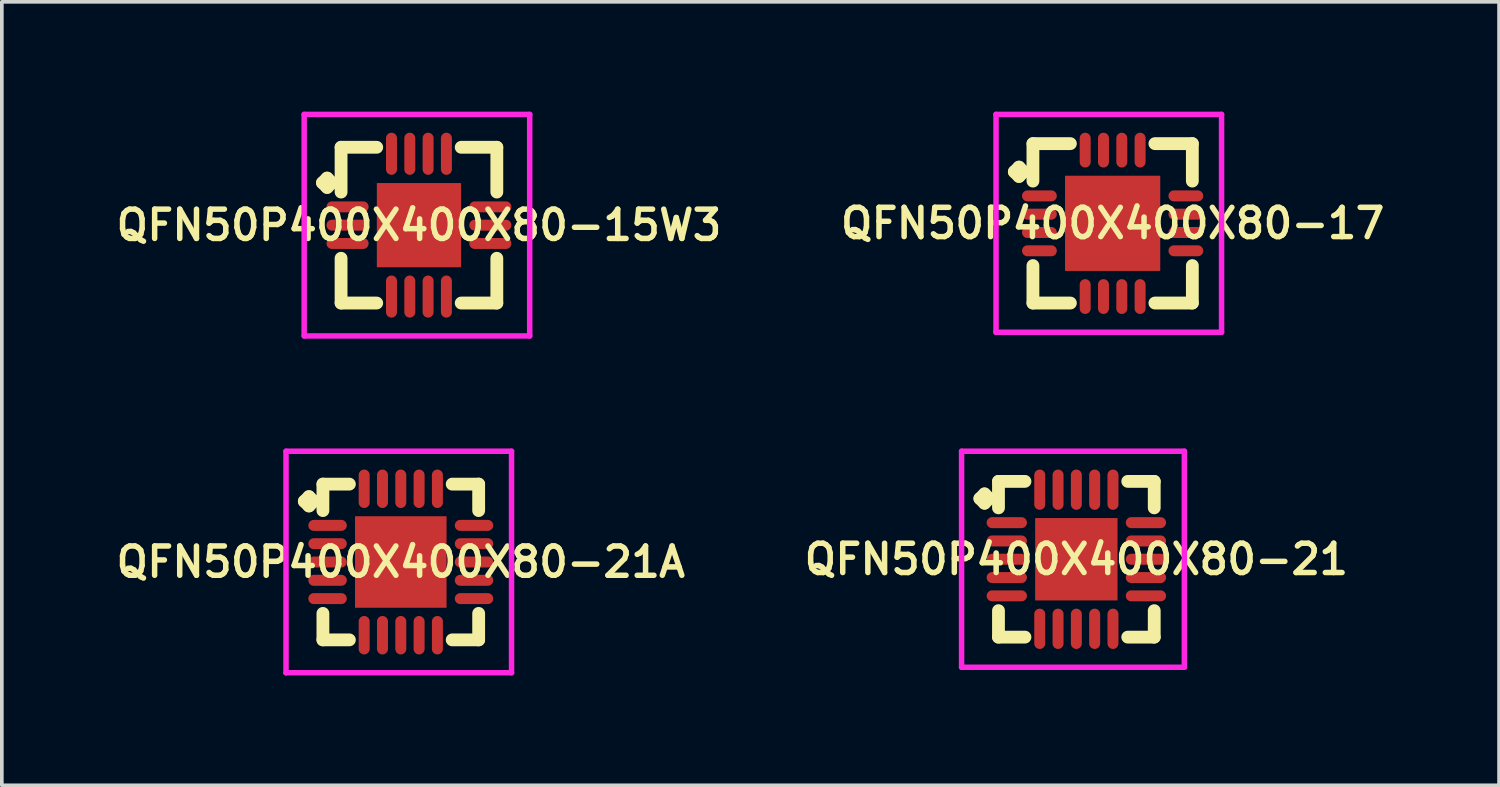
<source format=kicad_pcb>
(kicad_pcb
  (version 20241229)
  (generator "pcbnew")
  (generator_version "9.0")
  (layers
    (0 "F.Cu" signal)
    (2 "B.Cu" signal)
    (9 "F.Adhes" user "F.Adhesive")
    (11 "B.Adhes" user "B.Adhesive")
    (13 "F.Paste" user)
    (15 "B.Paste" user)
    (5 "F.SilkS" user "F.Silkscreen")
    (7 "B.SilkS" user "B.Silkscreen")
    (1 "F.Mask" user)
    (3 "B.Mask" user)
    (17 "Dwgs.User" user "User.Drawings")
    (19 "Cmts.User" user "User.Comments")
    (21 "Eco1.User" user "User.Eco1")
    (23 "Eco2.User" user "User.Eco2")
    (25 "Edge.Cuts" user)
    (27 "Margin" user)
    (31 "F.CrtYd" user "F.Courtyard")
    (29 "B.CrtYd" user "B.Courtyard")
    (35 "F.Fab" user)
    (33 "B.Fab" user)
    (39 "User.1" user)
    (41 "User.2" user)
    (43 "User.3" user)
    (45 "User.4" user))
  (footprint "QFN50P400X400X80-21"
    (layer "F.Cu")
    (at 26.349 12.225)
    (property "Reference" "QFN50P400X400X80-21" (at 0 0 0) (layer "F.SilkS") (effects (font (size 0.8 0.8) (thickness 0.15))))
    (attr through_hole)
    (fp_line (start -2.635 -1.658) (end -2.508 -1.785) (stroke (width 0.35) (type solid)) (layer "F.SilkS"))
    (fp_line (start -2.508 -1.785) (end -2.381 -1.658) (stroke (width 0.35) (type solid)) (layer "F.SilkS"))
    (fp_line (start -2.508 -1.531) (end -2.635 -1.658) (stroke (width 0.35) (type solid)) (layer "F.SilkS"))
    (fp_line (start -2.381 -1.658) (end -2.508 -1.531) (stroke (width 0.35) (type solid)) (layer "F.SilkS"))
    (fp_line (start -2.127 -2.127) (end -1.404 -2.127) (stroke (width 0.35) (type solid)) (layer "F.SilkS"))
    (fp_line (start -2.127 -1.404) (end -2.127 -2.127) (stroke (width 0.35) (type solid)) (layer "F.SilkS"))
    (fp_line (start -2.127 1.404) (end -2.127 2.127) (stroke (width 0.35) (type solid)) (layer "F.SilkS"))
    (fp_line (start -2.127 2.127) (end -1.404 2.127) (stroke (width 0.35) (type solid)) (layer "F.SilkS"))
    (fp_line (start 1.404 -2.127) (end 2.127 -2.127) (stroke (width 0.35) (type solid)) (layer "F.SilkS"))
    (fp_line (start 1.404 2.127) (end 2.127 2.127) (stroke (width 0.35) (type solid)) (layer "F.SilkS"))
    (fp_line (start 2.127 -2.127) (end 2.127 -1.404) (stroke (width 0.35) (type solid)) (layer "F.SilkS"))
    (fp_line (start 2.127 2.127) (end 2.127 1.404) (stroke (width 0.35) (type solid)) (layer "F.SilkS"))
    (fp_line (start -3.135 -2.95) (end 2.95 -2.95) (stroke (width 0.15) (type solid)) (layer "F.CrtYd"))
    (fp_line (start -3.135 2.95) (end -3.135 -2.95) (stroke (width 0.15) (type solid)) (layer "F.CrtYd"))
    (fp_line (start 2.95 -2.95) (end 2.95 2.95) (stroke (width 0.15) (type solid)) (layer "F.CrtYd"))
    (fp_line (start 2.95 2.95) (end -3.135 2.95) (stroke (width 0.15) (type solid)) (layer "F.CrtYd"))
    (pad "1" smd oval (at -1.9 -1) (size 1.1 0.3) (layers "F.Cu" "F.Mask" "F.Paste"))
    (pad "2" smd oval (at -1.9 -0.5) (size 1.1 0.3) (layers "F.Cu" "F.Mask" "F.Paste"))
    (pad "3" smd oval (at -1.9 0) (size 1.1 0.3) (layers "F.Cu" "F.Mask" "F.Paste"))
    (pad "4" smd oval (at -1.9 0.5) (size 1.1 0.3) (layers "F.Cu" "F.Mask" "F.Paste"))
    (pad "5" smd oval (at -1.9 1) (size 1.1 0.3) (layers "F.Cu" "F.Mask" "F.Paste"))
    (pad "6" smd oval (at -1 1.9) (size 0.3 1.1) (layers "F.Cu" "F.Mask" "F.Paste"))
    (pad "7" smd oval (at -0.5 1.9) (size 0.3 1.1) (layers "F.Cu" "F.Mask" "F.Paste"))
    (pad "8" smd oval (at 0 1.9) (size 0.3 1.1) (layers "F.Cu" "F.Mask" "F.Paste"))
    (pad "9" smd oval (at 0.5 1.9) (size 0.3 1.1) (layers "F.Cu" "F.Mask" "F.Paste"))
    (pad "10" smd oval (at 1 1.9) (size 0.3 1.1) (layers "F.Cu" "F.Mask" "F.Paste"))
    (pad "11" smd oval (at 1.9 1) (size 1.1 0.3) (layers "F.Cu" "F.Mask" "F.Paste"))
    (pad "12" smd oval (at 1.9 0.5) (size 1.1 0.3) (layers "F.Cu" "F.Mask" "F.Paste"))
    (pad "13" smd oval (at 1.9 0) (size 1.1 0.3) (layers "F.Cu" "F.Mask" "F.Paste"))
    (pad "14" smd oval (at 1.9 -0.5) (size 1.1 0.3) (layers "F.Cu" "F.Mask" "F.Paste"))
    (pad "15" smd oval (at 1.9 -1) (size 1.1 0.3) (layers "F.Cu" "F.Mask" "F.Paste"))
    (pad "16" smd oval (at 1 -1.9) (size 0.3 1.1) (layers "F.Cu" "F.Mask" "F.Paste"))
    (pad "17" smd oval (at 0.5 -1.9) (size 0.3 1.1) (layers "F.Cu" "F.Mask" "F.Paste"))
    (pad "18" smd oval (at 0 -1.9) (size 0.3 1.1) (layers "F.Cu" "F.Mask" "F.Paste"))
    (pad "19" smd oval (at -0.5 -1.9) (size 0.3 1.1) (layers "F.Cu" "F.Mask" "F.Paste"))
    (pad "20" smd oval (at -1 -1.9) (size 0.3 1.1) (layers "F.Cu" "F.Mask" "F.Paste"))
    (pad "21" smd rect (at 0 0) (size 2.25 2.25) (layers "F.Cu" "F.Mask" "F.Paste")))
  (footprint "QFN50P400X400X80-15W3"
    (layer "F.Cu")
    (at 8.393 3.1)
    (property "Reference" "QFN50P400X400X80-15W3" (at 0 0 0) (layer "F.SilkS") (effects (font (size 0.8 0.8) (thickness 0.15))))
    (attr through_hole)
    (fp_line (start -2.635 -1.158) (end -2.508 -1.285) (stroke (width 0.35) (type solid)) (layer "F.SilkS"))
    (fp_line (start -2.508 -1.285) (end -2.381 -1.158) (stroke (width 0.35) (type solid)) (layer "F.SilkS"))
    (fp_line (start -2.508 -1.031) (end -2.635 -1.158) (stroke (width 0.35) (type solid)) (layer "F.SilkS"))
    (fp_line (start -2.381 -1.158) (end -2.508 -1.031) (stroke (width 0.35) (type solid)) (layer "F.SilkS"))
    (fp_line (start -2.127 -2.127) (end -1.154 -2.127) (stroke (width 0.35) (type solid)) (layer "F.SilkS"))
    (fp_line (start -2.127 -0.904) (end -2.127 -2.127) (stroke (width 0.35) (type solid)) (layer "F.SilkS"))
    (fp_line (start -2.127 0.904) (end -2.127 2.127) (stroke (width 0.35) (type solid)) (layer "F.SilkS"))
    (fp_line (start -2.127 2.127) (end -1.154 2.127) (stroke (width 0.35) (type solid)) (layer "F.SilkS"))
    (fp_line (start 1.154 -2.127) (end 2.127 -2.127) (stroke (width 0.35) (type solid)) (layer "F.SilkS"))
    (fp_line (start 1.154 2.127) (end 2.127 2.127) (stroke (width 0.35) (type solid)) (layer "F.SilkS"))
    (fp_line (start 2.127 -2.127) (end 2.127 -0.904) (stroke (width 0.35) (type solid)) (layer "F.SilkS"))
    (fp_line (start 2.127 2.127) (end 2.127 0.904) (stroke (width 0.35) (type solid)) (layer "F.SilkS"))
    (fp_line (start -3.135 -3.025) (end 3.025 -3.025) (stroke (width 0.15) (type solid)) (layer "F.CrtYd"))
    (fp_line (start -3.135 3.025) (end -3.135 -3.025) (stroke (width 0.15) (type solid)) (layer "F.CrtYd"))
    (fp_line (start 3.025 -3.025) (end 3.025 3.025) (stroke (width 0.15) (type solid)) (layer "F.CrtYd"))
    (fp_line (start 3.025 3.025) (end -3.135 3.025) (stroke (width 0.15) (type solid)) (layer "F.CrtYd"))
    (pad "1" smd oval (at -1.95 -0.5) (size 1.15 0.3) (layers "F.Cu" "F.Mask" "F.Paste"))
    (pad "2" smd oval (at -1.95 0) (size 1.15 0.3) (layers "F.Cu" "F.Mask" "F.Paste"))
    (pad "3" smd oval (at -1.95 0.5) (size 1.15 0.3) (layers "F.Cu" "F.Mask" "F.Paste"))
    (pad "4" smd oval (at -0.75 1.95) (size 0.3 1.15) (layers "F.Cu" "F.Mask" "F.Paste"))
    (pad "5" smd oval (at -0.25 1.95) (size 0.3 1.15) (layers "F.Cu" "F.Mask" "F.Paste"))
    (pad "6" smd oval (at 0.25 1.95) (size 0.3 1.15) (layers "F.Cu" "F.Mask" "F.Paste"))
    (pad "7" smd oval (at 0.75 1.95) (size 0.3 1.15) (layers "F.Cu" "F.Mask" "F.Paste"))
    (pad "8" smd oval (at 1.95 0.5) (size 1.15 0.3) (layers "F.Cu" "F.Mask" "F.Paste"))
    (pad "9" smd oval (at 1.95 0) (size 1.15 0.3) (layers "F.Cu" "F.Mask" "F.Paste"))
    (pad "10" smd oval (at 1.95 -0.5) (size 1.15 0.3) (layers "F.Cu" "F.Mask" "F.Paste"))
    (pad "11" smd oval (at 0.75 -1.95) (size 0.3 1.15) (layers "F.Cu" "F.Mask" "F.Paste"))
    (pad "12" smd oval (at 0.25 -1.95) (size 0.3 1.15) (layers "F.Cu" "F.Mask" "F.Paste"))
    (pad "13" smd oval (at -0.25 -1.95) (size 0.3 1.15) (layers "F.Cu" "F.Mask" "F.Paste"))
    (pad "14" smd oval (at -0.75 -1.95) (size 0.3 1.15) (layers "F.Cu" "F.Mask" "F.Paste"))
    (pad "15" smd rect (at 0 0) (size 2.3 2.3) (layers "F.Cu" "F.Mask" "F.Paste")))
  (footprint "QFN50P400X400X80-21A"
    (layer "F.Cu")
    (at 7.897 12.3)
    (property "Reference" "QFN50P400X400X80-21A" (at 0 0 0) (layer "F.SilkS") (effects (font (size 0.8 0.8) (thickness 0.15))))
    (attr through_hole)
    (fp_line (start -2.635 -1.658) (end -2.508 -1.785) (stroke (width 0.35) (type solid)) (layer "F.SilkS"))
    (fp_line (start -2.508 -1.785) (end -2.381 -1.658) (stroke (width 0.35) (type solid)) (layer "F.SilkS"))
    (fp_line (start -2.508 -1.531) (end -2.635 -1.658) (stroke (width 0.35) (type solid)) (layer "F.SilkS"))
    (fp_line (start -2.381 -1.658) (end -2.508 -1.531) (stroke (width 0.35) (type solid)) (layer "F.SilkS"))
    (fp_line (start -2.127 -2.127) (end -1.404 -2.127) (stroke (width 0.35) (type solid)) (layer "F.SilkS"))
    (fp_line (start -2.127 -1.404) (end -2.127 -2.127) (stroke (width 0.35) (type solid)) (layer "F.SilkS"))
    (fp_line (start -2.127 1.404) (end -2.127 2.127) (stroke (width 0.35) (type solid)) (layer "F.SilkS"))
    (fp_line (start -2.127 2.127) (end -1.404 2.127) (stroke (width 0.35) (type solid)) (layer "F.SilkS"))
    (fp_line (start 1.404 -2.127) (end 2.127 -2.127) (stroke (width 0.35) (type solid)) (layer "F.SilkS"))
    (fp_line (start 1.404 2.127) (end 2.127 2.127) (stroke (width 0.35) (type solid)) (layer "F.SilkS"))
    (fp_line (start 2.127 -2.127) (end 2.127 -1.404) (stroke (width 0.35) (type solid)) (layer "F.SilkS"))
    (fp_line (start 2.127 2.127) (end 2.127 1.404) (stroke (width 0.35) (type solid)) (layer "F.SilkS"))
    (fp_line (start -3.135 -3.025) (end 3.025 -3.025) (stroke (width 0.15) (type solid)) (layer "F.CrtYd"))
    (fp_line (start -3.135 3.025) (end -3.135 -3.025) (stroke (width 0.15) (type solid)) (layer "F.CrtYd"))
    (fp_line (start 3.025 -3.025) (end 3.025 3.025) (stroke (width 0.15) (type solid)) (layer "F.CrtYd"))
    (fp_line (start 3.025 3.025) (end -3.135 3.025) (stroke (width 0.15) (type solid)) (layer "F.CrtYd"))
    (pad "1" smd oval (at -2 -1) (size 1.05 0.3) (layers "F.Cu" "F.Mask" "F.Paste"))
    (pad "2" smd oval (at -2 -0.5) (size 1.05 0.3) (layers "F.Cu" "F.Mask" "F.Paste"))
    (pad "3" smd oval (at -2 0) (size 1.05 0.3) (layers "F.Cu" "F.Mask" "F.Paste"))
    (pad "4" smd oval (at -2 0.5) (size 1.05 0.3) (layers "F.Cu" "F.Mask" "F.Paste"))
    (pad "5" smd oval (at -2 1) (size 1.05 0.3) (layers "F.Cu" "F.Mask" "F.Paste"))
    (pad "6" smd oval (at -1 2) (size 0.3 1.05) (layers "F.Cu" "F.Mask" "F.Paste"))
    (pad "7" smd oval (at -0.5 2) (size 0.3 1.05) (layers "F.Cu" "F.Mask" "F.Paste"))
    (pad "8" smd oval (at 0 2) (size 0.3 1.05) (layers "F.Cu" "F.Mask" "F.Paste"))
    (pad "9" smd oval (at 0.5 2) (size 0.3 1.05) (layers "F.Cu" "F.Mask" "F.Paste"))
    (pad "10" smd oval (at 1 2) (size 0.3 1.05) (layers "F.Cu" "F.Mask" "F.Paste"))
    (pad "11" smd oval (at 2 1) (size 1.05 0.3) (layers "F.Cu" "F.Mask" "F.Paste"))
    (pad "12" smd oval (at 2 0.5) (size 1.05 0.3) (layers "F.Cu" "F.Mask" "F.Paste"))
    (pad "13" smd oval (at 2 0) (size 1.05 0.3) (layers "F.Cu" "F.Mask" "F.Paste"))
    (pad "14" smd oval (at 2 -0.5) (size 1.05 0.3) (layers "F.Cu" "F.Mask" "F.Paste"))
    (pad "15" smd oval (at 2 -1) (size 1.05 0.3) (layers "F.Cu" "F.Mask" "F.Paste"))
    (pad "16" smd oval (at 1 -2) (size 0.3 1.05) (layers "F.Cu" "F.Mask" "F.Paste"))
    (pad "17" smd oval (at 0.5 -2) (size 0.3 1.05) (layers "F.Cu" "F.Mask" "F.Paste"))
    (pad "18" smd oval (at 0 -2) (size 0.3 1.05) (layers "F.Cu" "F.Mask" "F.Paste"))
    (pad "19" smd oval (at -0.5 -2) (size 0.3 1.05) (layers "F.Cu" "F.Mask" "F.Paste"))
    (pad "20" smd oval (at -1 -2) (size 0.3 1.05) (layers "F.Cu" "F.Mask" "F.Paste"))
    (pad "21" smd rect (at 0 0) (size 2.5 2.5) (layers "F.Cu" "F.Mask" "F.Paste")))
  (footprint "QFN50P400X400X80-17"
    (layer "F.Cu")
    (at 27.34 3.05)
    (property "Reference" "QFN50P400X400X80-17" (at 0 0 0) (layer "F.SilkS") (effects (font (size 0.8 0.8) (thickness 0.15))))
    (attr smd)
    (fp_line (start -2.685 -1.408) (end -2.558 -1.535) (stroke (width 0.35) (type solid)) (layer "F.SilkS"))
    (fp_line (start -2.558 -1.535) (end -2.431 -1.408) (stroke (width 0.35) (type solid)) (layer "F.SilkS"))
    (fp_line (start -2.558 -1.281) (end -2.685 -1.408) (stroke (width 0.35) (type solid)) (layer "F.SilkS"))
    (fp_line (start -2.431 -1.408) (end -2.558 -1.281) (stroke (width 0.35) (type solid)) (layer "F.SilkS"))
    (fp_line (start -2.177 -2.177) (end -1.154 -2.177) (stroke (width 0.35) (type solid)) (layer "F.SilkS"))
    (fp_line (start -2.177 -1.154) (end -2.177 -2.177) (stroke (width 0.35) (type solid)) (layer "F.SilkS"))
    (fp_line (start -2.177 1.154) (end -2.177 2.177) (stroke (width 0.35) (type solid)) (layer "F.SilkS"))
    (fp_line (start -2.177 2.177) (end -1.154 2.177) (stroke (width 0.35) (type solid)) (layer "F.SilkS"))
    (fp_line (start 1.154 -2.177) (end 2.177 -2.177) (stroke (width 0.35) (type solid)) (layer "F.SilkS"))
    (fp_line (start 1.154 2.177) (end 2.177 2.177) (stroke (width 0.35) (type solid)) (layer "F.SilkS"))
    (fp_line (start 2.177 -2.177) (end 2.177 -1.154) (stroke (width 0.35) (type solid)) (layer "F.SilkS"))
    (fp_line (start 2.177 2.177) (end 2.177 1.154) (stroke (width 0.35) (type solid)) (layer "F.SilkS"))
    (fp_line (start -3.185 -2.975) (end 2.975 -2.975) (stroke (width 0.15) (type solid)) (layer "F.CrtYd"))
    (fp_line (start -3.185 2.975) (end -3.185 -2.975) (stroke (width 0.15) (type solid)) (layer "F.CrtYd"))
    (fp_line (start 2.975 -2.975) (end 2.975 2.975) (stroke (width 0.15) (type solid)) (layer "F.CrtYd"))
    (fp_line (start 2.975 2.975) (end -3.185 2.975) (stroke (width 0.15) (type solid)) (layer "F.CrtYd"))
    (pad "1" smd oval (at -2 -0.75) (size 0.95 0.3) (layers "F.Cu" "F.Mask" "F.Paste"))
    (pad "2" smd oval (at -2 -0.25) (size 0.95 0.3) (layers "F.Cu" "F.Mask" "F.Paste"))
    (pad "3" smd oval (at -2 0.25) (size 0.95 0.3) (layers "F.Cu" "F.Mask" "F.Paste"))
    (pad "4" smd oval (at -2 0.75) (size 0.95 0.3) (layers "F.Cu" "F.Mask" "F.Paste"))
    (pad "5" smd oval (at -0.75 2) (size 0.3 0.95) (layers "F.Cu" "F.Mask" "F.Paste"))
    (pad "6" smd oval (at -0.25 2) (size 0.3 0.95) (layers "F.Cu" "F.Mask" "F.Paste"))
    (pad "7" smd oval (at 0.25 2) (size 0.3 0.95) (layers "F.Cu" "F.Mask" "F.Paste"))
    (pad "8" smd oval (at 0.75 2) (size 0.3 0.95) (layers "F.Cu" "F.Mask" "F.Paste"))
    (pad "9" smd oval (at 2 0.75) (size 0.95 0.3) (layers "F.Cu" "F.Mask" "F.Paste"))
    (pad "10" smd oval (at 2 0.25) (size 0.95 0.3) (layers "F.Cu" "F.Mask" "F.Paste"))
    (pad "11" smd oval (at 2 -0.25) (size 0.95 0.3) (layers "F.Cu" "F.Mask" "F.Paste"))
    (pad "12" smd oval (at 2 -0.75) (size 0.95 0.3) (layers "F.Cu" "F.Mask" "F.Paste"))
    (pad "13" smd oval (at 0.75 -2) (size 0.3 0.95) (layers "F.Cu" "F.Mask" "F.Paste"))
    (pad "14" smd oval (at 0.25 -2) (size 0.3 0.95) (layers "F.Cu" "F.Mask" "F.Paste"))
    (pad "15" smd oval (at -0.25 -2) (size 0.3 0.95) (layers "F.Cu" "F.Mask" "F.Paste"))
    (pad "16" smd oval (at -0.75 -2) (size 0.3 0.95) (layers "F.Cu" "F.Mask" "F.Paste"))
    (pad "17" smd rect (at 0 0) (size 2.6 2.6) (layers "F.Cu" "F.Mask" "F.Paste")))
  (gr_rect
    (start -3 -3)
    (end 37.894 18.4)
    (stroke (width 0.1) (type default))
    (fill no)
    (layer "Edge.Cuts")))
</source>
